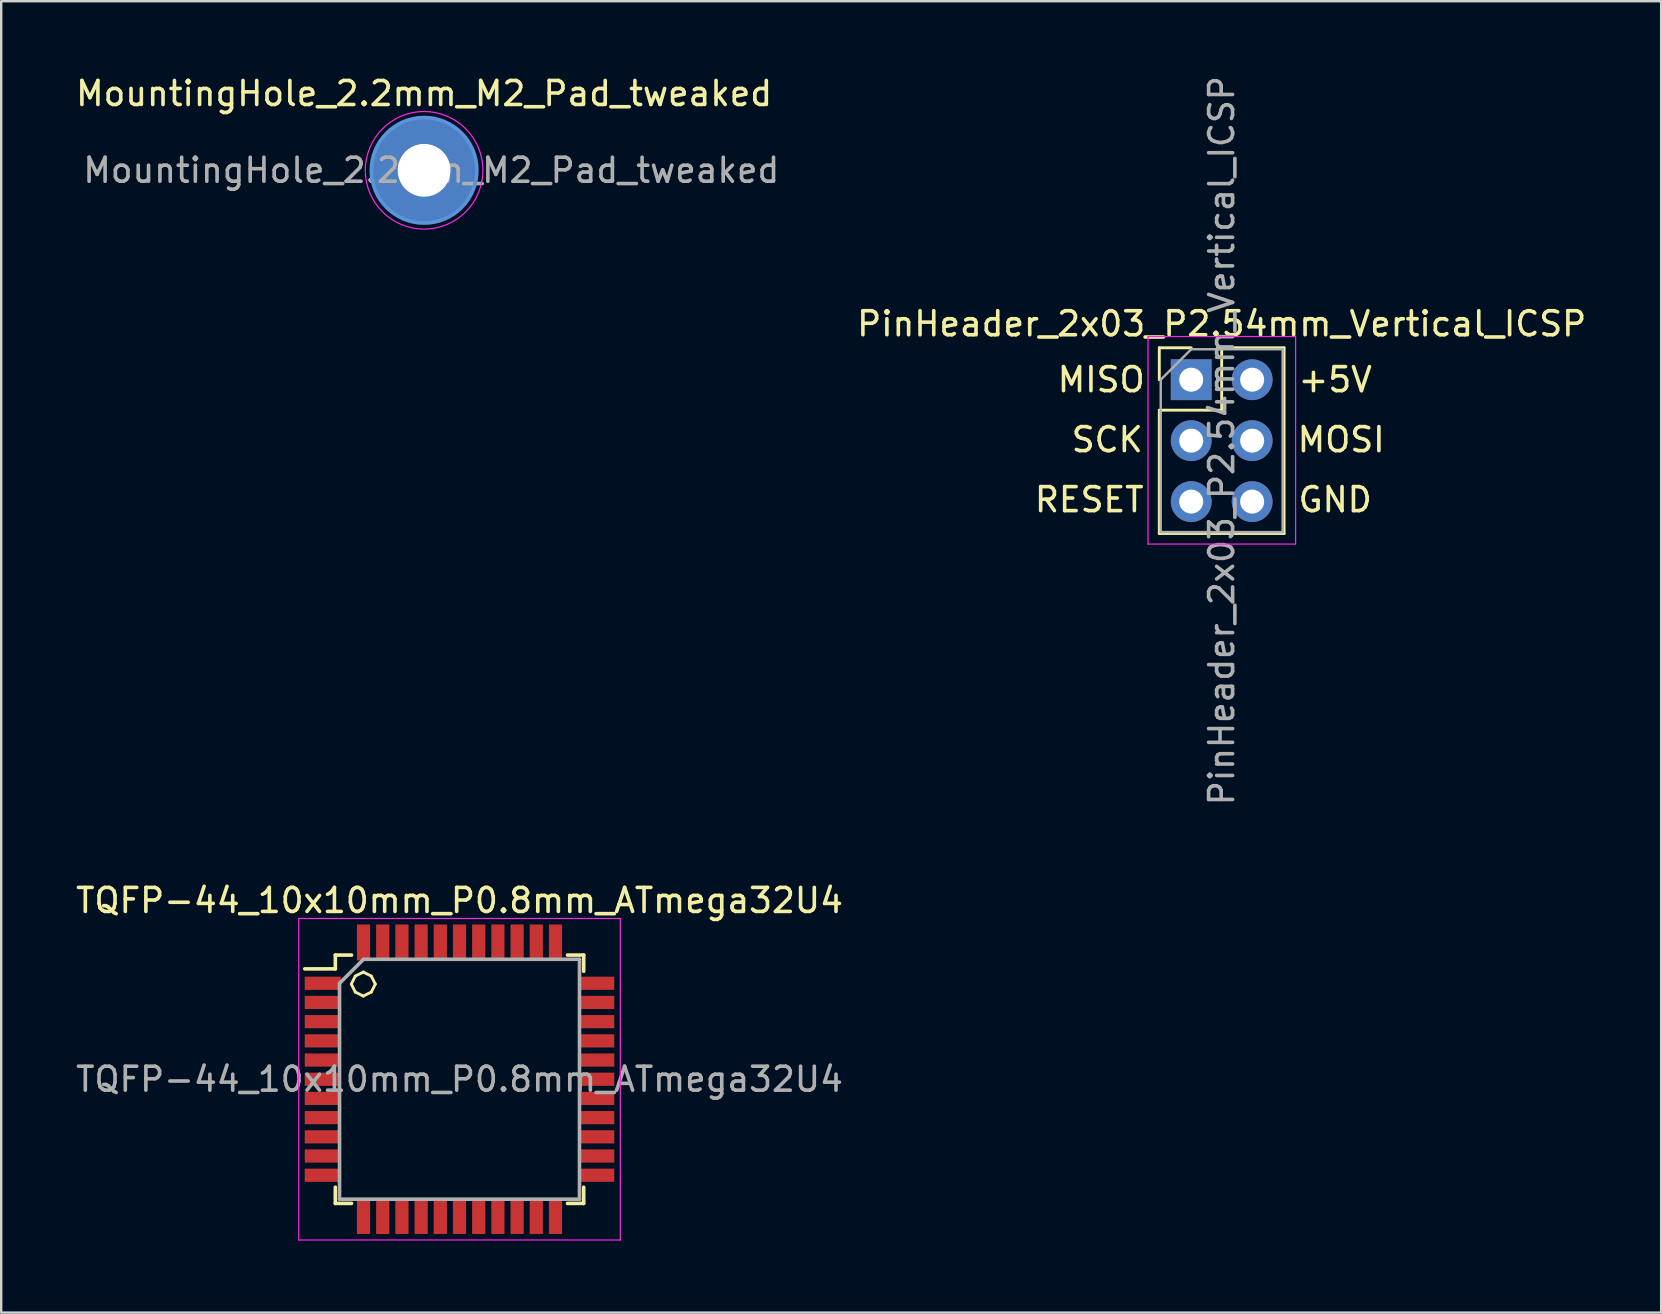
<source format=kicad_pcb>
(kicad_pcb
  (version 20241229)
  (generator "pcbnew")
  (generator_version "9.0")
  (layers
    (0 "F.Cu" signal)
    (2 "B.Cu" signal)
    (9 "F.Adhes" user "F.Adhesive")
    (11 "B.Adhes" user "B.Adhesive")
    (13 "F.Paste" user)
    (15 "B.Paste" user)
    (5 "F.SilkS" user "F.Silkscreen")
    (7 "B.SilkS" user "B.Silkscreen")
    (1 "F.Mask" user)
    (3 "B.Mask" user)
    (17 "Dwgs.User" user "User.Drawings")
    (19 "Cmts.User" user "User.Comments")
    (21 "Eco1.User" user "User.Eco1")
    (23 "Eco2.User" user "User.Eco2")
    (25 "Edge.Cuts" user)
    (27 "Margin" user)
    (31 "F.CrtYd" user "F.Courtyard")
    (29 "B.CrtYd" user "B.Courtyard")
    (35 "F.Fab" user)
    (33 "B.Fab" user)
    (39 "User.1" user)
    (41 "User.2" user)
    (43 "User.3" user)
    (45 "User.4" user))
  (footprint "TQFP-44_10x10mm_P0.8mm_ATmega32U4"
    (layer "F.Cu")
    (at 16.101 41.929)
    (property "Reference" "TQFP-44_10x10mm_P0.8mm_ATmega32U4" (at 0 -7.45 0) (layer "F.SilkS") (effects (font (size 1 1) (thickness 0.15))))
    (attr smd)
    (fp_line (start -5.175 -5.175) (end -5.175 -4.6) (stroke (width 0.15) (type solid)) (layer "F.SilkS"))
    (fp_line (start -5.175 -5.175) (end -4.5 -5.175) (stroke (width 0.15) (type solid)) (layer "F.SilkS"))
    (fp_line (start -5.175 -4.6) (end -6.45 -4.6) (stroke (width 0.15) (type solid)) (layer "F.SilkS"))
    (fp_line (start -5.175 5.175) (end -5.175 4.5) (stroke (width 0.15) (type solid)) (layer "F.SilkS"))
    (fp_line (start -5.175 5.175) (end -4.5 5.175) (stroke (width 0.15) (type solid)) (layer "F.SilkS"))
    (fp_line (start 5.175 -5.175) (end 4.5 -5.175) (stroke (width 0.15) (type solid)) (layer "F.SilkS"))
    (fp_line (start 5.175 -5.175) (end 5.175 -4.5) (stroke (width 0.15) (type solid)) (layer "F.SilkS"))
    (fp_line (start 5.175 5.175) (end 4.5 5.175) (stroke (width 0.15) (type solid)) (layer "F.SilkS"))
    (fp_line (start 5.175 5.175) (end 5.175 4.5) (stroke (width 0.15) (type solid)) (layer "F.SilkS"))
    (fp_line (start -6.7 -6.7) (end -6.7 6.7) (stroke (width 0.05) (type solid)) (layer "F.CrtYd"))
    (fp_line (start -6.7 -6.7) (end 6.7 -6.7) (stroke (width 0.05) (type solid)) (layer "F.CrtYd"))
    (fp_line (start -6.7 6.7) (end 6.7 6.7) (stroke (width 0.05) (type solid)) (layer "F.CrtYd"))
    (fp_line (start 6.7 -6.7) (end 6.7 6.7) (stroke (width 0.05) (type solid)) (layer "F.CrtYd"))
    (fp_line (start -5 -4) (end -4 -5) (stroke (width 0.15) (type solid)) (layer "F.Fab"))
    (fp_line (start -5 5) (end -5 -4) (stroke (width 0.15) (type solid)) (layer "F.Fab"))
    (fp_line (start -4 -5) (end 5 -5) (stroke (width 0.15) (type solid)) (layer "F.Fab"))
    (fp_line (start 5 -5) (end 5 5) (stroke (width 0.15) (type solid)) (layer "F.Fab"))
    (fp_line (start 5 5) (end -5 5) (stroke (width 0.15) (type solid)) (layer "F.Fab"))
    (fp_text user "°" (at -4.01 -2.58 0) (layer "F.SilkS") (effects (font (size 3.5 3.5) (thickness 0.12))))
    (fp_text user "${REFERENCE}" (at 0 0 0) (layer "F.Fab") (effects (font (size 1 1) (thickness 0.15))))
    (pad "1" smd rect (at -5.7 -4) (size 1.5 0.55) (layers "F.Cu" "F.Mask" "F.Paste"))
    (pad "2" smd rect (at -5.7 -3.2) (size 1.5 0.55) (layers "F.Cu" "F.Mask" "F.Paste"))
    (pad "3" smd rect (at -5.7 -2.4) (size 1.5 0.55) (layers "F.Cu" "F.Mask" "F.Paste"))
    (pad "4" smd rect (at -5.7 -1.6) (size 1.5 0.55) (layers "F.Cu" "F.Mask" "F.Paste"))
    (pad "5" smd rect (at -5.7 -0.8) (size 1.5 0.55) (layers "F.Cu" "F.Mask" "F.Paste"))
    (pad "6" smd rect (at -5.7 0) (size 1.5 0.55) (layers "F.Cu" "F.Mask" "F.Paste"))
    (pad "7" smd rect (at -5.7 0.8) (size 1.5 0.55) (layers "F.Cu" "F.Mask" "F.Paste"))
    (pad "8" smd rect (at -5.7 1.6) (size 1.5 0.55) (layers "F.Cu" "F.Mask" "F.Paste"))
    (pad "9" smd rect (at -5.7 2.4) (size 1.5 0.55) (layers "F.Cu" "F.Mask" "F.Paste"))
    (pad "10" smd rect (at -5.7 3.2) (size 1.5 0.55) (layers "F.Cu" "F.Mask" "F.Paste"))
    (pad "11" smd rect (at -5.7 4) (size 1.5 0.55) (layers "F.Cu" "F.Mask" "F.Paste"))
    (pad "12" smd rect (at -4 5.7 90) (size 1.5 0.55) (layers "F.Cu" "F.Mask" "F.Paste"))
    (pad "13" smd rect (at -3.2 5.7 90) (size 1.5 0.55) (layers "F.Cu" "F.Mask" "F.Paste"))
    (pad "14" smd rect (at -2.4 5.7 90) (size 1.5 0.55) (layers "F.Cu" "F.Mask" "F.Paste"))
    (pad "15" smd rect (at -1.6 5.7 90) (size 1.5 0.55) (layers "F.Cu" "F.Mask" "F.Paste"))
    (pad "16" smd rect (at -0.8 5.7 90) (size 1.5 0.55) (layers "F.Cu" "F.Mask" "F.Paste"))
    (pad "17" smd rect (at 0 5.7 90) (size 1.5 0.55) (layers "F.Cu" "F.Mask" "F.Paste"))
    (pad "18" smd rect (at 0.8 5.7 90) (size 1.5 0.55) (layers "F.Cu" "F.Mask" "F.Paste"))
    (pad "19" smd rect (at 1.6 5.7 90) (size 1.5 0.55) (layers "F.Cu" "F.Mask" "F.Paste"))
    (pad "20" smd rect (at 2.4 5.7 90) (size 1.5 0.55) (layers "F.Cu" "F.Mask" "F.Paste"))
    (pad "21" smd rect (at 3.2 5.7 90) (size 1.5 0.55) (layers "F.Cu" "F.Mask" "F.Paste"))
    (pad "22" smd rect (at 4 5.7 90) (size 1.5 0.55) (layers "F.Cu" "F.Mask" "F.Paste"))
    (pad "23" smd rect (at 5.7 4) (size 1.5 0.55) (layers "F.Cu" "F.Mask" "F.Paste"))
    (pad "24" smd rect (at 5.7 3.2) (size 1.5 0.55) (layers "F.Cu" "F.Mask" "F.Paste"))
    (pad "25" smd rect (at 5.7 2.4) (size 1.5 0.55) (layers "F.Cu" "F.Mask" "F.Paste"))
    (pad "26" smd rect (at 5.7 1.6) (size 1.5 0.55) (layers "F.Cu" "F.Mask" "F.Paste"))
    (pad "27" smd rect (at 5.7 0.8) (size 1.5 0.55) (layers "F.Cu" "F.Mask" "F.Paste"))
    (pad "28" smd rect (at 5.7 0) (size 1.5 0.55) (layers "F.Cu" "F.Mask" "F.Paste"))
    (pad "29" smd rect (at 5.7 -0.8) (size 1.5 0.55) (layers "F.Cu" "F.Mask" "F.Paste"))
    (pad "30" smd rect (at 5.7 -1.6) (size 1.5 0.55) (layers "F.Cu" "F.Mask" "F.Paste"))
    (pad "31" smd rect (at 5.7 -2.4) (size 1.5 0.55) (layers "F.Cu" "F.Mask" "F.Paste"))
    (pad "32" smd rect (at 5.7 -3.2) (size 1.5 0.55) (layers "F.Cu" "F.Mask" "F.Paste"))
    (pad "33" smd rect (at 5.7 -4) (size 1.5 0.55) (layers "F.Cu" "F.Mask" "F.Paste"))
    (pad "34" smd rect (at 4 -5.7 90) (size 1.5 0.55) (layers "F.Cu" "F.Mask" "F.Paste"))
    (pad "35" smd rect (at 3.2 -5.7 90) (size 1.5 0.55) (layers "F.Cu" "F.Mask" "F.Paste"))
    (pad "36" smd rect (at 2.4 -5.7 90) (size 1.5 0.55) (layers "F.Cu" "F.Mask" "F.Paste"))
    (pad "37" smd rect (at 1.6 -5.7 90) (size 1.5 0.55) (layers "F.Cu" "F.Mask" "F.Paste"))
    (pad "38" smd rect (at 0.8 -5.7 90) (size 1.5 0.55) (layers "F.Cu" "F.Mask" "F.Paste"))
    (pad "39" smd rect (at 0 -5.7 90) (size 1.5 0.55) (layers "F.Cu" "F.Mask" "F.Paste"))
    (pad "40" smd rect (at -0.8 -5.7 90) (size 1.5 0.55) (layers "F.Cu" "F.Mask" "F.Paste"))
    (pad "41" smd rect (at -1.6 -5.7 90) (size 1.5 0.55) (layers "F.Cu" "F.Mask" "F.Paste"))
    (pad "42" smd rect (at -2.4 -5.7 90) (size 1.5 0.55) (layers "F.Cu" "F.Mask" "F.Paste"))
    (pad "43" smd rect (at -3.2 -5.7 90) (size 1.5 0.55) (layers "F.Cu" "F.Mask" "F.Paste"))
    (pad "44" smd rect (at -4 -5.7 90) (size 1.5 0.55) (layers "F.Cu" "F.Mask" "F.Paste")))
  (footprint "MountingHole_2.2mm_M2_Pad_tweaked"
    (layer "F.Cu")
    (at 14.625 4.048)
    (property "Reference" "MountingHole_2.2mm_M2_Pad_tweaked" (at 0 -3.2 0) (layer "F.SilkS") (effects (font (size 1 1) (thickness 0.15))))
    (attr exclude_from_pos_files exclude_from_bom)
    (fp_circle (center 0 0) (end 2.2 0) (stroke (width 0.15) (type solid)) (fill no) (layer "Cmts.User"))
    (fp_circle (center 0 0) (end 2.45 0) (stroke (width 0.05) (type solid)) (fill no) (layer "F.CrtYd"))
    (fp_text user "${REFERENCE}" (at 0.3 0 0) (layer "F.Fab") (effects (font (size 1 1) (thickness 0.15))))
    (pad "1" thru_hole circle (at 0 0) (size 4.4 4.4) (drill 2.2) (layers "*.Cu" "*.Mask")))
  (footprint "PinHeader_2x03_P2.54mm_Vertical_ICSP"
    (layer "F.Cu")
    (at 46.595 12.775)
    (property "Reference" "PinHeader_2x03_P2.54mm_Vertical_ICSP" (at 1.27 -2.33 0) (layer "F.SilkS") (effects (font (size 1 1) (thickness 0.15))))
    (attr through_hole)
    (fp_line (start -1.33 -1.33) (end 0 -1.33) (stroke (width 0.12) (type solid)) (layer "F.SilkS"))
    (fp_line (start -1.33 0) (end -1.33 -1.33) (stroke (width 0.12) (type solid)) (layer "F.SilkS"))
    (fp_line (start -1.33 1.27) (end -1.33 6.41) (stroke (width 0.12) (type solid)) (layer "F.SilkS"))
    (fp_line (start -1.33 1.27) (end 1.27 1.27) (stroke (width 0.12) (type solid)) (layer "F.SilkS"))
    (fp_line (start -1.33 6.41) (end 3.87 6.41) (stroke (width 0.12) (type solid)) (layer "F.SilkS"))
    (fp_line (start 1.27 -1.33) (end 3.87 -1.33) (stroke (width 0.12) (type solid)) (layer "F.SilkS"))
    (fp_line (start 1.27 1.27) (end 1.27 -1.33) (stroke (width 0.12) (type solid)) (layer "F.SilkS"))
    (fp_line (start 3.87 -1.33) (end 3.87 6.41) (stroke (width 0.12) (type solid)) (layer "F.SilkS"))
    (fp_line (start -1.8 -1.8) (end -1.8 6.85) (stroke (width 0.05) (type solid)) (layer "F.CrtYd"))
    (fp_line (start -1.8 6.85) (end 4.35 6.85) (stroke (width 0.05) (type solid)) (layer "F.CrtYd"))
    (fp_line (start 4.35 -1.8) (end -1.8 -1.8) (stroke (width 0.05) (type solid)) (layer "F.CrtYd"))
    (fp_line (start 4.35 6.85) (end 4.35 -1.8) (stroke (width 0.05) (type solid)) (layer "F.CrtYd"))
    (fp_line (start -1.27 0) (end 0 -1.27) (stroke (width 0.1) (type solid)) (layer "F.Fab"))
    (fp_line (start -1.27 6.35) (end -1.27 0) (stroke (width 0.1) (type solid)) (layer "F.Fab"))
    (fp_line (start 0 -1.27) (end 3.81 -1.27) (stroke (width 0.1) (type solid)) (layer "F.Fab"))
    (fp_line (start 3.81 -1.27) (end 3.81 6.35) (stroke (width 0.1) (type solid)) (layer "F.Fab"))
    (fp_line (start 3.81 6.35) (end -1.27 6.35) (stroke (width 0.1) (type solid)) (layer "F.Fab"))
    (fp_text user "GND" (at 6 5 0) (layer "F.SilkS") (effects (font (size 1 1) (thickness 0.15))))
    (fp_text user "SCK" (at -3.5 2.5 0) (layer "F.SilkS") (effects (font (size 1 1) (thickness 0.15))))
    (fp_text user "+5V" (at 6 0 0) (layer "F.SilkS") (effects (font (size 1 1) (thickness 0.15))))
    (fp_text user "MISO" (at -3.75 0 0) (layer "F.SilkS") (effects (font (size 1 1) (thickness 0.15))))
    (fp_text user "RESET" (at -4.25 5 0) (layer "F.SilkS") (effects (font (size 1 1) (thickness 0.15))))
    (fp_text user "MOSI" (at 6.25 2.5 0) (layer "F.SilkS") (effects (font (size 1 1) (thickness 0.15))))
    (fp_text user "${REFERENCE}" (at 1.27 2.54 90) (layer "F.Fab") (effects (font (size 1 1) (thickness 0.15))))
    (pad "1" thru_hole rect (at 0 0) (size 1.7 1.7) (drill 1) (layers "*.Cu" "*.Mask"))
    (pad "2" thru_hole oval (at 2.54 0) (size 1.7 1.7) (drill 1) (layers "*.Cu" "*.Mask"))
    (pad "3" thru_hole oval (at 0 2.54) (size 1.7 1.7) (drill 1) (layers "*.Cu" "*.Mask"))
    (pad "4" thru_hole oval (at 2.54 2.54) (size 1.7 1.7) (drill 1) (layers "*.Cu" "*.Mask"))
    (pad "5" thru_hole oval (at 0 5.08) (size 1.7 1.7) (drill 1) (layers "*.Cu" "*.Mask"))
    (pad "6" thru_hole oval (at 2.54 5.08) (size 1.7 1.7) (drill 1) (layers "*.Cu" "*.Mask")))
  (gr_rect
    (start -3 -3)
    (end 66.181 51.654)
    (stroke (width 0.1) (type default))
    (fill no)
    (layer "Edge.Cuts")))
</source>
